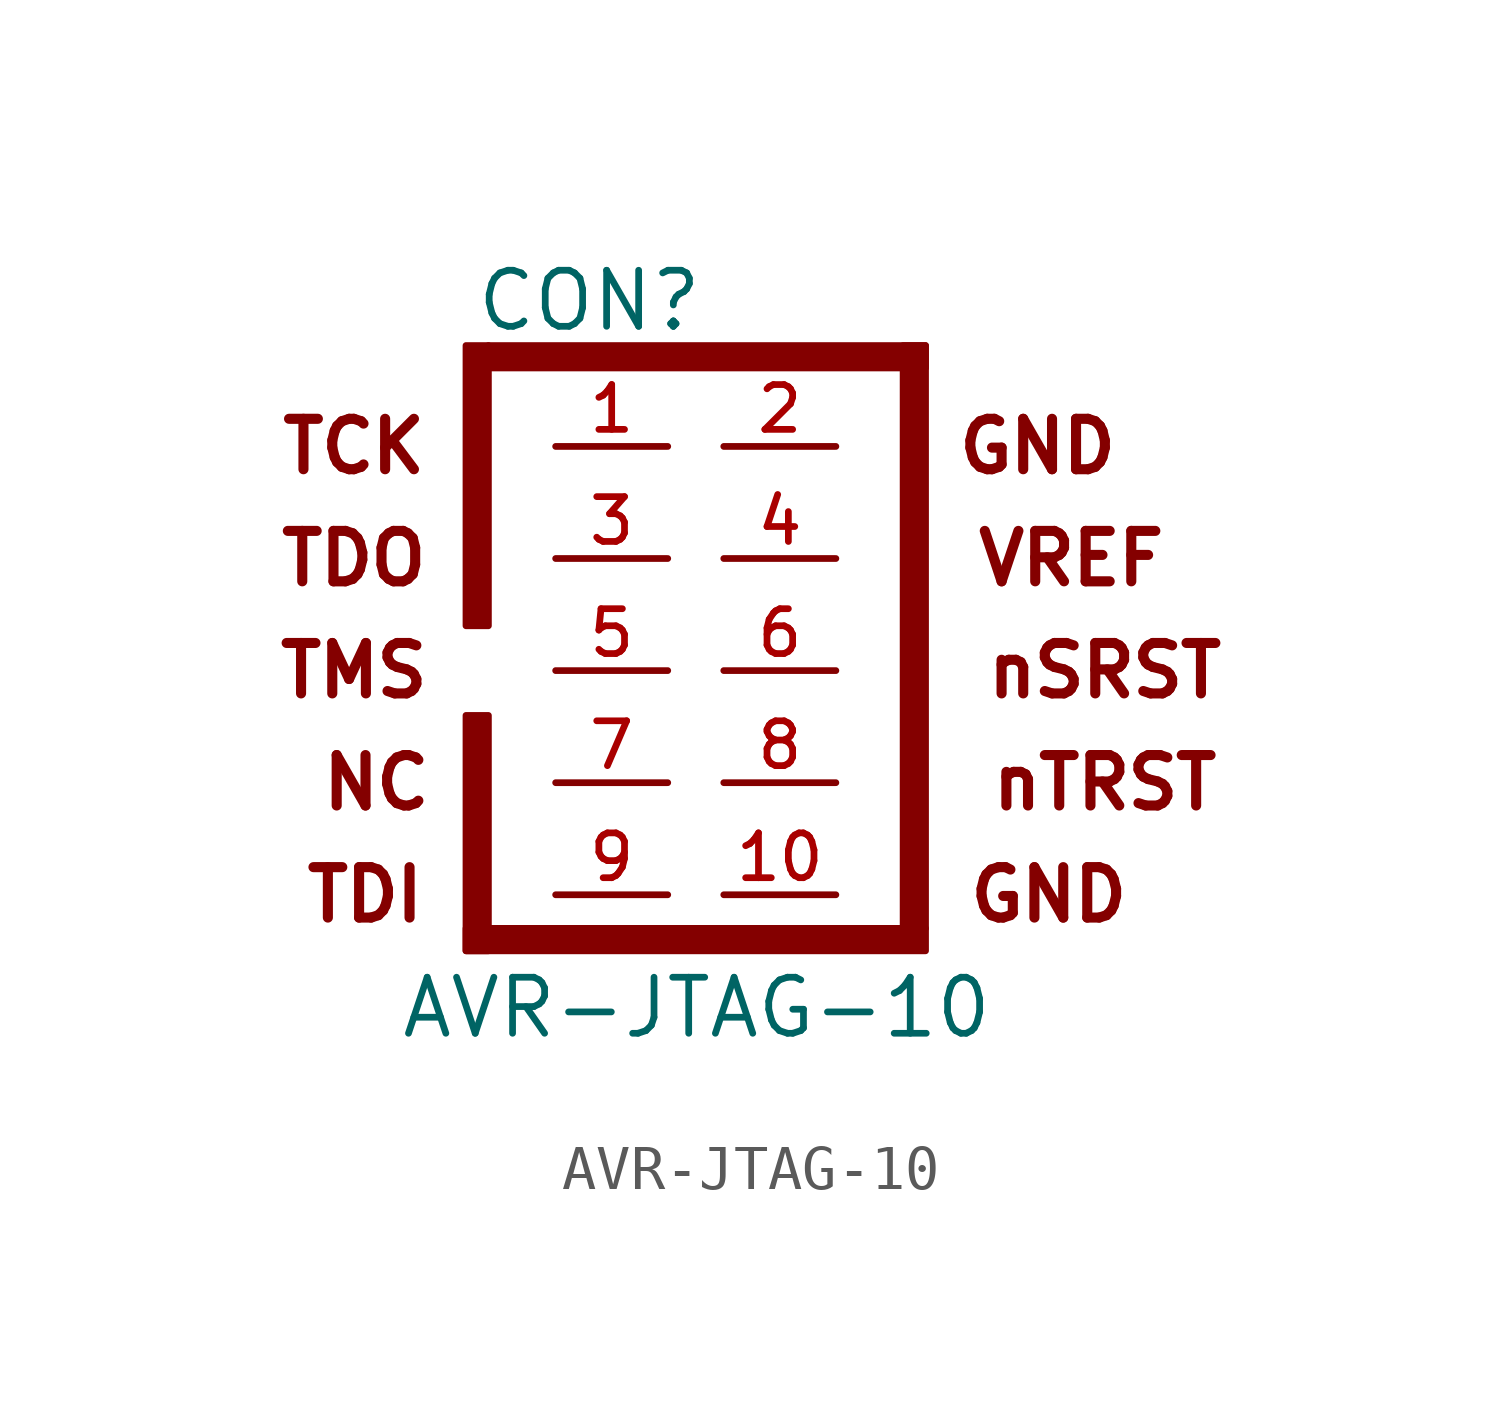
<source format=kicad_sym>
(kicad_symbol_lib
  (version 20220914)
  (generator kicad_symbol_editor)
  (symbol "AVR-JTAG-10"
    (pin_names
      (offset 1.016))
    (property "Reference" "CON"
      (at -4.318 8.382 0)
      (effects (font (size 1.27 1.27))))
    (property "Value" "AVR-JTAG-10"
      (at -8.636 -8.382 0)
      (effects (font (size 1.27 1.27)) (justify left bottom)))
    (symbol "AVR-JTAG-10_0_0"
      (text "GND" (at 5.842 5.08 0) (effects (font (size 1.143 1.143) bold)))
      (text "NC" (at -9.144 -2.54 0) (effects (font (size 1.143 1.143) bold))))
    (symbol "AVR-JTAG-10_0_1"
      (rectangle (start -7.112 -5.842) (end 3.302 -6.35) (stroke (width 0) (type solid)) (fill (type outline)))
      (rectangle (start -7.112 -1.016) (end -6.604 -6.35) (stroke (width 0) (type solid)) (fill (type outline)))
      (rectangle (start -6.604 7.366) (end -7.112 1.016) (stroke (width 0) (type solid)) (fill (type outline)))
      (rectangle (start -6.604 7.366) (end 3.302 6.858) (stroke (width 0) (type solid)) (fill (type outline)))
      (rectangle (start 2.794 7.366) (end 3.302 -5.842) (stroke (width 0) (type solid)) (fill (type outline))))
    (symbol "AVR-JTAG-10_1_0"
      (text "GND" (at 6.096 -5.08 0) (effects (font (size 1.143 1.143) bold)))
      (text "nSRST" (at 7.366 0 0) (effects (font (size 1.143 1.143) bold)))
      (text "nTRST" (at 7.366 -2.54 0) (effects (font (size 1.143 1.143) bold)))
      (text "TCK" (at -9.652 5.08 0) (effects (font (size 1.143 1.143) bold)))
      (text "TDI" (at -9.398 -5.08 0) (effects (font (size 1.143 1.143) bold)))
      (text "TDO" (at -9.652 2.54 0) (effects (font (size 1.143 1.143) bold)))
      (text "TMS" (at -9.652 0 0) (effects (font (size 1.143 1.143) bold)))
      (text "VREF" (at 6.604 2.54 0) (effects (font (size 1.143 1.143) bold))))
    (symbol "AVR-JTAG-10_1_1"
      (pin passive line (at -5.08 5.08 0) (length 2.54) (name "~" (effects (font (size 1.016 1.016)))) (number "1" (effects (font (size 1.016 1.016)))))
      (pin passive line (at 1.27 -5.08 180) (length 2.54) (name "~" (effects (font (size 1.016 1.016)))) (number "10" (effects (font (size 1.016 1.016)))))
      (pin passive line (at 1.27 5.08 180) (length 2.54) (name "~" (effects (font (size 1.016 1.016)))) (number "2" (effects (font (size 1.016 1.016)))))
      (pin passive line (at -5.08 2.54 0) (length 2.54) (name "~" (effects (font (size 1.016 1.016)))) (number "3" (effects (font (size 1.016 1.016)))))
      (pin passive line (at 1.27 2.54 180) (length 2.54) (name "~" (effects (font (size 1.016 1.016)))) (number "4" (effects (font (size 1.016 1.016)))))
      (pin passive line (at -5.08 0 0) (length 2.54) (name "~" (effects (font (size 1.016 1.016)))) (number "5" (effects (font (size 1.016 1.016)))))
      (pin passive line (at 1.27 0 180) (length 2.54) (name "~" (effects (font (size 1.016 1.016)))) (number "6" (effects (font (size 1.016 1.016)))))
      (pin passive line (at -5.08 -2.54 0) (length 2.54) (name "~" (effects (font (size 1.016 1.016)))) (number "7" (effects (font (size 1.016 1.016)))))
      (pin passive line (at 1.27 -2.54 180) (length 2.54) (name "~" (effects (font (size 1.016 1.016)))) (number "8" (effects (font (size 1.016 1.016)))))
      (pin passive line (at -5.08 -5.08 0) (length 2.54) (name "~" (effects (font (size 1.016 1.016)))) (number "9" (effects (font (size 1.016 1.016))))))))
</source>
